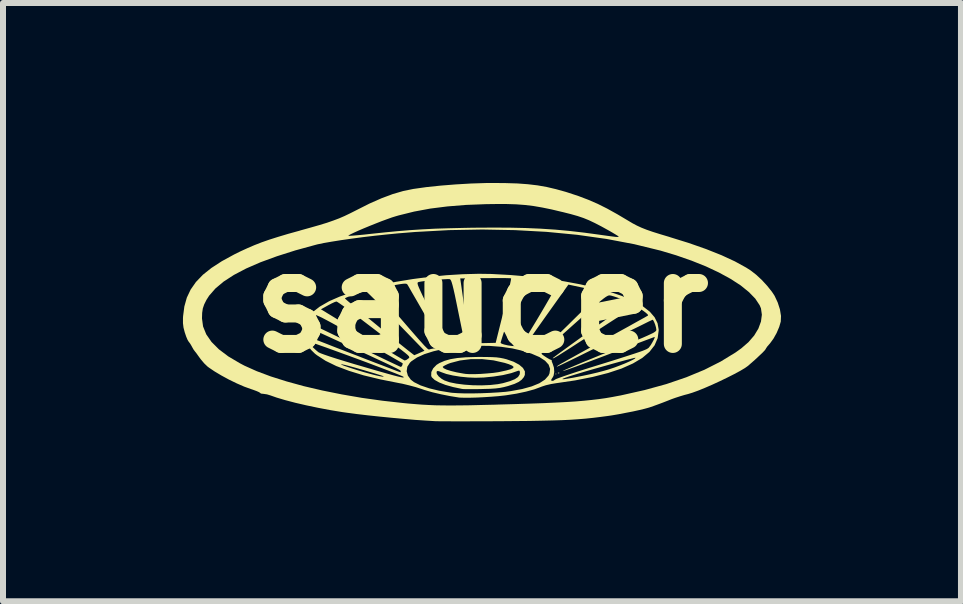
<source format=kicad_pcb>
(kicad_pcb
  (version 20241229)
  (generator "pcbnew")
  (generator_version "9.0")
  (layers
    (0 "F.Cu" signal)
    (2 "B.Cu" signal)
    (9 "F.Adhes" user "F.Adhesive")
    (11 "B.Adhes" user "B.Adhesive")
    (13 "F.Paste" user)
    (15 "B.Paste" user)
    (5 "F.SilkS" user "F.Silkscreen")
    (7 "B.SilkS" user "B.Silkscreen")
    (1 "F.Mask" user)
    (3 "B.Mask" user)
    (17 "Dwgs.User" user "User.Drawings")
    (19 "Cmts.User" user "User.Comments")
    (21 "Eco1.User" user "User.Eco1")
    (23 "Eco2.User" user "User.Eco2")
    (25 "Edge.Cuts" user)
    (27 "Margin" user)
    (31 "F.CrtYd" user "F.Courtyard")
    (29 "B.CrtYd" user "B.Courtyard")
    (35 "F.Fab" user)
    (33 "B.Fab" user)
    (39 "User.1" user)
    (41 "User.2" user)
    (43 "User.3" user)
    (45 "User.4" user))
  (footprint "saucer"
    (layer "F.Cu")
    (at 4.973 1.994)
    (property "Reference" "saucer" (at 0 0 0) (layer "F.SilkS") (effects (font (size 1.524 1.524) (thickness 0.3))))
    (attr board_only exclude_from_pos_files exclude_from_bom)
    (fp_poly (pts (xy 1.253 1.19) (xy 1.244 1.199) (xy 1.235 1.19) (xy 1.244 1.181)) (stroke (width 0) (type solid)) (fill yes) (layer "F.SilkS"))
    (fp_poly (pts (xy 1.301 1.169) (xy 1.298 1.18) (xy 1.289 1.181) (xy 1.274 1.175) (xy 1.277 1.169) (xy 1.298 1.167)) (stroke (width 0) (type solid)) (fill yes) (layer "F.SilkS"))
    (fp_poly (pts (xy 0.085 0.907) (xy 0.179 0.909) (xy 0.252 0.913) (xy 0.313 0.921) (xy 0.37 0.932) (xy 0.421 0.945) (xy 0.539 0.986) (xy 0.631 1.035) (xy 0.694 1.089) (xy 0.727 1.147) (xy 0.726 1.206) (xy 0.709 1.243) (xy 0.673 1.286) (xy 0.624 1.322) (xy 0.554 1.355) (xy 0.457 1.387) (xy 0.441 1.392) (xy 0.375 1.409) (xy 0.311 1.422) (xy 0.239 1.431) (xy 0.151 1.437) (xy 0.038 1.44) (xy 0.009 1.441) (xy -0.092 1.443) (xy -0.183 1.443) (xy -0.258 1.443) (xy -0.307 1.441) (xy -0.322 1.439) (xy -0.47 1.408) (xy -0.598 1.372) (xy -0.701 1.332) (xy -0.778 1.289) (xy -0.824 1.246) (xy -0.835 1.223) (xy -0.833 1.16) (xy -0.832 1.156) (xy -0.746 1.156) (xy -0.741 1.19) (xy -0.711 1.23) (xy -0.661 1.271) (xy -0.614 1.298) (xy -0.529 1.328) (xy -0.416 1.351) (xy -0.283 1.368) (xy -0.14 1.378) (xy 0.006 1.38) (xy 0.148 1.374) (xy 0.276 1.36) (xy 0.363 1.343) (xy 0.477 1.31) (xy 0.559 1.277) (xy 0.612 1.241) (xy 0.639 1.2) (xy 0.644 1.168) (xy 0.639 1.137) (xy 0.62 1.135) (xy 0.613 1.137) (xy 0.499 1.176) (xy 0.359 1.209) (xy 0.203 1.233) (xy 0.041 1.249) (xy -0.097 1.253) (xy -0.222 1.248) (xy -0.351 1.235) (xy -0.474 1.215) (xy -0.582 1.19) (xy -0.658 1.163) (xy -0.706 1.144) (xy -0.731 1.14) (xy -0.744 1.151) (xy -0.746 1.156) (xy -0.832 1.156) (xy -0.802 1.096) (xy -0.78 1.073) (xy -0.644 1.073) (xy -0.627 1.094) (xy -0.58 1.117) (xy -0.506 1.14) (xy -0.411 1.163) (xy -0.3 1.183) (xy -0.26 1.189) (xy -0.197 1.193) (xy -0.11 1.193) (xy -0.008 1.189) (xy 0.099 1.181) (xy 0.2 1.172) (xy 0.285 1.16) (xy 0.304 1.156) (xy 0.414 1.132) (xy 0.49 1.111) (xy 0.531 1.091) (xy 0.538 1.071) (xy 0.513 1.05) (xy 0.456 1.026) (xy 0.389 1.005) (xy 0.204 0.963) (xy 0.012 0.942) (xy -0.177 0.943) (xy -0.355 0.965) (xy -0.515 1.007) (xy -0.559 1.024) (xy -0.607 1.047) (xy -0.638 1.066) (xy -0.644 1.073) (xy -0.78 1.073) (xy -0.746 1.038) (xy -0.698 1.008) (xy -0.612 0.971) (xy -0.514 0.943) (xy -0.399 0.924) (xy -0.261 0.912) (xy -0.095 0.907) (xy -0.036 0.906)) (stroke (width 0) (type solid)) (fill yes) (layer "F.SilkS"))
    (fp_poly (pts (xy 0.405 -1.992) (xy 0.602 -1.986) (xy 0.777 -1.973) (xy 0.938 -1.954) (xy 1.091 -1.927) (xy 1.244 -1.891) (xy 1.403 -1.847) (xy 1.441 -1.835) (xy 1.62 -1.776) (xy 1.783 -1.714) (xy 1.94 -1.646) (xy 2.098 -1.567) (xy 2.267 -1.473) (xy 2.449 -1.365) (xy 2.523 -1.321) (xy 2.595 -1.283) (xy 2.671 -1.248) (xy 2.757 -1.214) (xy 2.861 -1.178) (xy 2.986 -1.139) (xy 3.14 -1.093) (xy 3.141 -1.092) (xy 3.46 -0.993) (xy 3.748 -0.892) (xy 4.004 -0.79) (xy 4.227 -0.687) (xy 4.416 -0.583) (xy 4.491 -0.535) (xy 4.58 -0.466) (xy 4.676 -0.377) (xy 4.767 -0.278) (xy 4.845 -0.18) (xy 4.889 -0.113) (xy 4.941 -0.002) (xy 4.978 0.113) (xy 4.996 0.223) (xy 4.992 0.317) (xy 4.966 0.406) (xy 4.923 0.507) (xy 4.869 0.603) (xy 4.812 0.681) (xy 4.803 0.691) (xy 4.768 0.731) (xy 4.747 0.762) (xy 4.743 0.77) (xy 4.73 0.79) (xy 4.693 0.83) (xy 4.635 0.885) (xy 4.561 0.954) (xy 4.473 1.031) (xy 4.447 1.054) (xy 4.395 1.091) (xy 4.316 1.138) (xy 4.216 1.192) (xy 4.101 1.25) (xy 3.977 1.31) (xy 3.851 1.368) (xy 3.729 1.421) (xy 3.616 1.467) (xy 3.519 1.502) (xy 3.448 1.524) (xy 3.386 1.54) (xy 3.31 1.563) (xy 3.233 1.588) (xy 3.166 1.612) (xy 3.124 1.629) (xy 3.083 1.645) (xy 3.021 1.669) (xy 2.946 1.697) (xy 2.872 1.724) (xy 2.808 1.746) (xy 2.792 1.751) (xy 2.727 1.769) (xy 2.636 1.791) (xy 2.527 1.815) (xy 2.408 1.838) (xy 2.289 1.861) (xy 2.178 1.88) (xy 2.117 1.889) (xy 1.989 1.906) (xy 1.866 1.921) (xy 1.744 1.934) (xy 1.619 1.944) (xy 1.487 1.953) (xy 1.343 1.96) (xy 1.184 1.965) (xy 1.006 1.969) (xy 0.803 1.973) (xy 0.573 1.975) (xy 0.34 1.977) (xy 0.15 1.978) (xy -0.032 1.978) (xy -0.203 1.979) (xy -0.36 1.979) (xy -0.497 1.979) (xy -0.613 1.978) (xy -0.702 1.978) (xy -0.761 1.977) (xy -0.779 1.976) (xy -0.929 1.967) (xy -1.104 1.955) (xy -1.296 1.938) (xy -1.497 1.92) (xy -1.699 1.9) (xy -1.895 1.879) (xy -2.075 1.858) (xy -2.233 1.837) (xy -2.319 1.825) (xy -2.519 1.792) (xy -2.72 1.754) (xy -2.916 1.713) (xy -3.101 1.67) (xy -3.269 1.626) (xy -3.413 1.583) (xy -3.513 1.548) (xy -3.572 1.53) (xy -3.627 1.522) (xy -3.634 1.521) (xy -3.672 1.517) (xy -3.687 1.506) (xy -3.687 1.506) (xy -3.703 1.494) (xy -3.746 1.475) (xy -3.808 1.452) (xy -3.844 1.44) (xy -3.952 1.401) (xy -4.076 1.347) (xy -4.206 1.284) (xy -4.333 1.215) (xy -4.447 1.147) (xy -4.54 1.084) (xy -4.565 1.065) (xy -4.619 1.013) (xy -4.679 0.942) (xy -4.726 0.877) (xy -4.753 0.839) (xy -4.772 0.816) (xy -4.794 0.787) (xy -4.82 0.742) (xy -4.824 0.734) (xy -4.851 0.687) (xy -4.877 0.652) (xy -4.88 0.649) (xy -4.897 0.62) (xy -4.919 0.568) (xy -4.941 0.503) (xy -4.943 0.498) (xy -4.964 0.417) (xy -4.973 0.344) (xy -4.973 0.264) (xy -4.656 0.264) (xy -4.638 0.398) (xy -4.585 0.529) (xy -4.497 0.656) (xy -4.374 0.779) (xy -4.216 0.898) (xy -4.023 1.012) (xy -3.947 1.052) (xy -3.744 1.143) (xy -3.509 1.231) (xy -3.246 1.314) (xy -2.959 1.393) (xy -2.651 1.465) (xy -2.328 1.53) (xy -1.991 1.588) (xy -1.647 1.636) (xy -1.297 1.675) (xy -1.226 1.682) (xy -1.105 1.692) (xy -0.991 1.701) (xy -0.88 1.707) (xy -0.766 1.712) (xy -0.645 1.714) (xy -0.512 1.715) (xy -0.363 1.714) (xy -0.194 1.712) (xy 0.002 1.707) (xy 0.227 1.702) (xy 0.277 1.7) (xy 0.563 1.692) (xy 0.816 1.684) (xy 1.041 1.676) (xy 1.239 1.667) (xy 1.415 1.658) (xy 1.571 1.648) (xy 1.712 1.636) (xy 1.84 1.623) (xy 1.959 1.609) (xy 2.072 1.593) (xy 2.183 1.574) (xy 2.294 1.553) (xy 2.327 1.547) (xy 2.723 1.458) (xy 3.086 1.358) (xy 3.417 1.245) (xy 3.719 1.12) (xy 3.992 0.982) (xy 4.239 0.831) (xy 4.335 0.762) (xy 4.453 0.66) (xy 4.549 0.549) (xy 4.619 0.433) (xy 4.662 0.316) (xy 4.677 0.202) (xy 4.662 0.096) (xy 4.64 0.044) (xy 4.567 -0.066) (xy 4.46 -0.176) (xy 4.323 -0.287) (xy 4.156 -0.395) (xy 3.962 -0.501) (xy 3.745 -0.603) (xy 3.505 -0.699) (xy 3.246 -0.789) (xy 2.989 -0.866) (xy 2.552 -0.973) (xy 2.087 -1.061) (xy 1.598 -1.13) (xy 1.088 -1.179) (xy 0.56 -1.208) (xy 0.016 -1.218) (xy -0.539 -1.208) (xy -1.103 -1.177) (xy -1.387 -1.154) (xy -1.581 -1.135) (xy -1.778 -1.114) (xy -1.972 -1.091) (xy -2.16 -1.066) (xy -2.335 -1.041) (xy -2.492 -1.016) (xy -2.625 -0.993) (xy -2.73 -0.971) (xy -2.757 -0.964) (xy -3.1 -0.87) (xy -3.408 -0.772) (xy -3.681 -0.672) (xy -3.92 -0.568) (xy -4.124 -0.461) (xy -4.295 -0.35) (xy -4.432 -0.235) (xy -4.536 -0.116) (xy -4.581 -0.046) (xy -4.619 0.03) (xy -4.642 0.097) (xy -4.653 0.171) (xy -4.656 0.264) (xy -4.973 0.264) (xy -4.973 0.26) (xy -4.971 0.226) (xy -4.95 0.065) (xy -4.909 -0.082) (xy -4.845 -0.217) (xy -4.757 -0.343) (xy -4.642 -0.463) (xy -4.499 -0.577) (xy -4.325 -0.69) (xy -4.118 -0.803) (xy -4.019 -0.852) (xy -3.899 -0.907) (xy -3.783 -0.957) (xy -3.663 -1.004) (xy -3.534 -1.049) (xy -3.389 -1.095) (xy -3.329 -1.113) (xy -2.215 -1.113) (xy -2.188 -1.113) (xy -2.132 -1.117) (xy -2.052 -1.124) (xy -1.956 -1.133) (xy -1.848 -1.145) (xy -1.61 -1.17) (xy -1.392 -1.191) (xy -1.184 -1.208) (xy -0.979 -1.221) (xy -0.768 -1.232) (xy -0.543 -1.239) (xy -0.295 -1.245) (xy -0.142 -1.248) (xy 0.179 -1.25) (xy 0.47 -1.249) (xy 0.739 -1.243) (xy 0.991 -1.232) (xy 1.234 -1.216) (xy 1.473 -1.194) (xy 1.715 -1.166) (xy 1.967 -1.132) (xy 1.987 -1.129) (xy 2.101 -1.113) (xy 2.185 -1.102) (xy 2.241 -1.095) (xy 2.275 -1.094) (xy 2.289 -1.097) (xy 2.291 -1.1) (xy 2.277 -1.111) (xy 2.237 -1.136) (xy 2.18 -1.17) (xy 2.135 -1.196) (xy 2.003 -1.269) (xy 1.893 -1.326) (xy 1.796 -1.372) (xy 1.703 -1.41) (xy 1.605 -1.443) (xy 1.492 -1.475) (xy 1.357 -1.509) (xy 1.347 -1.511) (xy 1.171 -1.553) (xy 1.015 -1.585) (xy 0.87 -1.61) (xy 0.729 -1.627) (xy 0.582 -1.638) (xy 0.423 -1.643) (xy 0.242 -1.643) (xy 0.081 -1.641) (xy -0.257 -1.628) (xy -0.565 -1.603) (xy -0.851 -1.567) (xy -1.12 -1.517) (xy -1.378 -1.453) (xy -1.423 -1.44) (xy -1.488 -1.42) (xy -1.569 -1.391) (xy -1.662 -1.357) (xy -1.761 -1.318) (xy -1.861 -1.278) (xy -1.958 -1.238) (xy -2.047 -1.2) (xy -2.122 -1.166) (xy -2.178 -1.139) (xy -2.211 -1.121) (xy -2.215 -1.113) (xy -3.329 -1.113) (xy -3.222 -1.145) (xy -3.027 -1.199) (xy -3.019 -1.202) (xy -2.843 -1.251) (xy -2.696 -1.293) (xy -2.572 -1.331) (xy -2.466 -1.368) (xy -2.37 -1.404) (xy -2.28 -1.443) (xy -2.19 -1.486) (xy -2.093 -1.535) (xy -2.085 -1.539) (xy -1.863 -1.651) (xy -1.661 -1.74) (xy -1.476 -1.809) (xy -1.301 -1.86) (xy -1.13 -1.895) (xy -1.128 -1.895) (xy -0.915 -1.925) (xy -0.677 -1.95) (xy -0.425 -1.97) (xy -0.17 -1.985) (xy 0.078 -1.993) (xy 0.179 -1.994)) (stroke (width 0) (type solid)) (fill yes) (layer "F.SilkS"))
    (fp_poly (pts (xy 0.17 -0.477) (xy 0.481 -0.46) (xy 0.788 -0.434) (xy 1.089 -0.399) (xy 1.378 -0.355) (xy 1.652 -0.304) (xy 1.906 -0.245) (xy 2.138 -0.181) (xy 2.343 -0.111) (xy 2.517 -0.037) (xy 2.546 -0.023) (xy 2.695 0.063) (xy 2.809 0.152) (xy 2.889 0.245) (xy 2.938 0.344) (xy 2.957 0.451) (xy 2.957 0.465) (xy 2.94 0.593) (xy 2.889 0.712) (xy 2.803 0.822) (xy 2.683 0.923) (xy 2.528 1.015) (xy 2.339 1.099) (xy 2.116 1.173) (xy 1.858 1.239) (xy 1.565 1.297) (xy 1.246 1.344) (xy 1.161 1.358) (xy 1.076 1.378) (xy 1.008 1.4) (xy 0.996 1.405) (xy 0.885 1.446) (xy 0.746 1.484) (xy 0.586 1.518) (xy 0.415 1.545) (xy 0.383 1.549) (xy 0.282 1.56) (xy 0.166 1.569) (xy 0.043 1.577) (xy -0.079 1.583) (xy -0.191 1.586) (xy -0.287 1.586) (xy -0.358 1.584) (xy -0.376 1.582) (xy -0.519 1.559) (xy -0.67 1.529) (xy -0.815 1.495) (xy -0.944 1.458) (xy -0.999 1.439) (xy -1.093 1.409) (xy -1.205 1.379) (xy -1.318 1.352) (xy -1.377 1.341) (xy -1.684 1.28) (xy -1.961 1.213) (xy -2.205 1.138) (xy -2.417 1.058) (xy -2.478 1.028) (xy -2.339 1.028) (xy -2.333 1.034) (xy -2.296 1.05) (xy -2.227 1.074) (xy -2.18 1.09) (xy -2.068 1.126) (xy -1.959 1.159) (xy -1.858 1.187) (xy -1.77 1.21) (xy -1.699 1.226) (xy -1.651 1.234) (xy -1.629 1.233) (xy -1.63 1.228) (xy -1.649 1.221) (xy -1.697 1.205) (xy -1.768 1.183) (xy -1.859 1.156) (xy -1.962 1.125) (xy -1.984 1.119) (xy -2.101 1.085) (xy -2.197 1.059) (xy -2.27 1.04) (xy -2.318 1.03) (xy -2.339 1.028) (xy -2.478 1.028) (xy -2.595 0.971) (xy -2.739 0.878) (xy -2.774 0.851) (xy -2.833 0.793) (xy -2.891 0.723) (xy -2.918 0.685) (xy -2.937 0.652) (xy -2.877 0.652) (xy -2.873 0.67) (xy -2.847 0.704) (xy -2.807 0.746) (xy -2.76 0.79) (xy -2.713 0.829) (xy -2.712 0.829) (xy -2.681 0.844) (xy -2.619 0.867) (xy -2.529 0.898) (xy -2.414 0.935) (xy -2.277 0.977) (xy -2.122 1.024) (xy -2.005 1.058) (xy -1.824 1.111) (xy -1.675 1.154) (xy -1.555 1.188) (xy -1.461 1.214) (xy -1.391 1.232) (xy -1.342 1.243) (xy -1.311 1.249) (xy -1.296 1.248) (xy -1.293 1.243) (xy -1.299 1.236) (xy -1.32 1.225) (xy -1.37 1.204) (xy -1.445 1.174) (xy -1.541 1.137) (xy -1.654 1.094) (xy -1.78 1.046) (xy -1.915 0.995) (xy -2.055 0.943) (xy -2.196 0.891) (xy -2.334 0.841) (xy -2.465 0.793) (xy -2.584 0.75) (xy -2.689 0.713) (xy -2.774 0.683) (xy -2.836 0.663) (xy -2.871 0.653) (xy -2.877 0.652) (xy -2.937 0.652) (xy -2.95 0.629) (xy -2.966 0.583) (xy -2.971 0.532) (xy -2.97 0.516) (xy -2.932 0.516) (xy -2.93 0.546) (xy -2.929 0.55) (xy -2.911 0.557) (xy -2.864 0.576) (xy -2.792 0.605) (xy -2.698 0.642) (xy -2.587 0.685) (xy -2.463 0.734) (xy -2.329 0.786) (xy -2.189 0.84) (xy -2.048 0.894) (xy -1.91 0.948) (xy -1.778 0.999) (xy -1.656 1.045) (xy -1.55 1.086) (xy -1.461 1.12) (xy -1.396 1.145) (xy -1.356 1.159) (xy -1.347 1.162) (xy -1.343 1.15) (xy -1.342 1.144) (xy -1.343 1.143) (xy -1.244 1.143) (xy -1.224 1.217) (xy -1.175 1.285) (xy -1.122 1.326) (xy -1.011 1.381) (xy -0.869 1.429) (xy -0.703 1.469) (xy -0.517 1.5) (xy -0.483 1.504) (xy -0.394 1.51) (xy -0.277 1.514) (xy -0.142 1.514) (xy 0.002 1.511) (xy 0.148 1.505) (xy 0.286 1.497) (xy 0.409 1.487) (xy 0.491 1.476) (xy 0.681 1.441) (xy 0.84 1.397) (xy 0.967 1.345) (xy 1.061 1.284) (xy 1.121 1.216) (xy 1.137 1.18) (xy 1.147 1.105) (xy 1.122 1.034) (xy 1.063 0.969) (xy 0.969 0.908) (xy 0.839 0.852) (xy 0.836 0.851) (xy 1.002 0.851) (xy 1.016 0.866) (xy 1.05 0.891) (xy 1.093 0.919) (xy 1.134 0.943) (xy 1.164 0.956) (xy 1.17 0.957) (xy 1.174 0.958) (xy 1.173 0.96) (xy 1.175 0.982) (xy 1.19 1.02) (xy 1.191 1.022) (xy 1.211 1.085) (xy 1.216 1.155) (xy 1.205 1.218) (xy 1.191 1.245) (xy 1.17 1.277) (xy 1.164 1.293) (xy 1.176 1.306) (xy 1.204 1.301) (xy 1.234 1.281) (xy 1.242 1.277) (xy 1.352 1.277) (xy 1.379 1.277) (xy 1.439 1.268) (xy 1.533 1.252) (xy 1.659 1.227) (xy 1.709 1.217) (xy 1.82 1.193) (xy 1.938 1.165) (xy 2.048 1.136) (xy 2.138 1.11) (xy 2.139 1.109) (xy 2.223 1.081) (xy 2.308 1.049) (xy 2.391 1.016) (xy 2.464 0.984) (xy 2.522 0.956) (xy 2.56 0.934) (xy 2.571 0.921) (xy 2.569 0.92) (xy 2.548 0.923) (xy 2.497 0.936) (xy 2.419 0.956) (xy 2.318 0.983) (xy 2.199 1.016) (xy 2.064 1.054) (xy 1.919 1.095) (xy 1.897 1.101) (xy 1.721 1.152) (xy 1.579 1.195) (xy 1.471 1.228) (xy 1.398 1.253) (xy 1.358 1.269) (xy 1.352 1.277) (xy 1.242 1.277) (xy 1.257 1.27) (xy 1.311 1.25) (xy 1.39 1.222) (xy 1.49 1.188) (xy 1.608 1.149) (xy 1.738 1.108) (xy 1.817 1.083) (xy 2.021 1.02) (xy 2.194 0.966) (xy 2.339 0.92) (xy 2.457 0.882) (xy 2.552 0.851) (xy 2.627 0.826) (xy 2.684 0.806) (xy 2.726 0.789) (xy 2.756 0.776) (xy 2.776 0.764) (xy 2.79 0.754) (xy 2.797 0.745) (xy 2.824 0.709) (xy 2.851 0.664) (xy 2.875 0.62) (xy 2.89 0.586) (xy 2.89 0.573) (xy 2.89 0.573) (xy 2.872 0.579) (xy 2.823 0.597) (xy 2.748 0.625) (xy 2.65 0.662) (xy 2.532 0.706) (xy 2.398 0.757) (xy 2.25 0.813) (xy 2.128 0.86) (xy 1.972 0.919) (xy 1.826 0.974) (xy 1.694 1.023) (xy 1.579 1.066) (xy 1.485 1.1) (xy 1.414 1.125) (xy 1.37 1.139) (xy 1.357 1.142) (xy 1.37 1.134) (xy 1.412 1.114) (xy 1.482 1.084) (xy 1.575 1.044) (xy 1.689 0.996) (xy 1.821 0.942) (xy 1.967 0.882) (xy 2.124 0.818) (xy 2.129 0.816) (xy 2.311 0.742) (xy 2.464 0.68) (xy 2.588 0.628) (xy 2.688 0.587) (xy 2.765 0.553) (xy 2.823 0.526) (xy 2.865 0.506) (xy 2.892 0.489) (xy 2.908 0.476) (xy 2.916 0.465) (xy 2.918 0.454) (xy 2.918 0.453) (xy 2.912 0.414) (xy 2.898 0.366) (xy 2.88 0.321) (xy 2.863 0.291) (xy 2.855 0.286) (xy 2.838 0.294) (xy 2.791 0.316) (xy 2.719 0.352) (xy 2.624 0.399) (xy 2.509 0.455) (xy 2.378 0.52) (xy 2.234 0.592) (xy 2.079 0.67) (xy 2.056 0.681) (xy 1.9 0.759) (xy 1.754 0.831) (xy 1.621 0.897) (xy 1.505 0.954) (xy 1.407 1.001) (xy 1.332 1.037) (xy 1.281 1.06) (xy 1.26 1.068) (xy 1.259 1.068) (xy 1.259 1.065) (xy 1.264 1.06) (xy 1.276 1.051) (xy 1.298 1.037) (xy 1.332 1.017) (xy 1.381 0.99) (xy 1.446 0.953) (xy 1.53 0.907) (xy 1.634 0.849) (xy 1.763 0.778) (xy 1.917 0.693) (xy 2.099 0.593) (xy 2.202 0.537) (xy 2.332 0.465) (xy 2.452 0.399) (xy 2.559 0.339) (xy 2.649 0.289) (xy 2.718 0.251) (xy 2.763 0.225) (xy 2.78 0.215) (xy 2.775 0.199) (xy 2.746 0.172) (xy 2.704 0.14) (xy 2.655 0.107) (xy 2.607 0.081) (xy 2.571 0.065) (xy 2.555 0.064) (xy 2.536 0.076) (xy 2.49 0.106) (xy 2.42 0.151) (xy 2.33 0.209) (xy 2.223 0.278) (xy 2.102 0.356) (xy 1.971 0.441) (xy 1.906 0.483) (xy 1.742 0.59) (xy 1.604 0.678) (xy 1.492 0.751) (xy 1.402 0.808) (xy 1.332 0.852) (xy 1.28 0.885) (xy 1.242 0.907) (xy 1.217 0.921) (xy 1.201 0.928) (xy 1.193 0.929) (xy 1.19 0.928) (xy 1.203 0.916) (xy 1.242 0.887) (xy 1.305 0.84) (xy 1.388 0.78) (xy 1.488 0.707) (xy 1.603 0.624) (xy 1.729 0.533) (xy 1.818 0.469) (xy 1.951 0.374) (xy 2.075 0.285) (xy 2.186 0.204) (xy 2.281 0.134) (xy 2.359 0.077) (xy 2.415 0.034) (xy 2.446 0.008) (xy 2.452 0.002) (xy 2.437 -0.011) (xy 2.396 -0.032) (xy 2.339 -0.056) (xy 2.275 -0.081) (xy 2.213 -0.102) (xy 2.161 -0.117) (xy 2.153 -0.118) (xy 2.138 -0.12) (xy 2.122 -0.118) (xy 2.102 -0.11) (xy 2.075 -0.094) (xy 2.039 -0.068) (xy 1.991 -0.029) (xy 1.928 0.023) (xy 1.848 0.092) (xy 1.749 0.18) (xy 1.627 0.288) (xy 1.549 0.357) (xy 1.431 0.463) (xy 1.322 0.56) (xy 1.224 0.648) (xy 1.141 0.723) (xy 1.075 0.783) (xy 1.028 0.826) (xy 1.005 0.848) (xy 1.002 0.851) (xy 0.836 0.851) (xy 0.69 0.804) (xy 0.517 0.764) (xy 0.406 0.748) (xy 0.716 0.748) (xy 0.732 0.76) (xy 0.771 0.778) (xy 0.824 0.799) (xy 0.88 0.817) (xy 0.929 0.83) (xy 0.96 0.835) (xy 0.96 0.835) (xy 0.977 0.822) (xy 1.017 0.787) (xy 1.076 0.732) (xy 1.152 0.659) (xy 1.242 0.573) (xy 1.343 0.474) (xy 1.453 0.367) (xy 1.487 0.333) (xy 1.994 -0.167) (xy 1.926 -0.191) (xy 1.88 -0.204) (xy 1.81 -0.222) (xy 1.726 -0.242) (xy 1.655 -0.257) (xy 1.452 -0.3) (xy 1.084 0.216) (xy 0.999 0.336) (xy 0.92 0.447) (xy 0.851 0.546) (xy 0.794 0.629) (xy 0.751 0.692) (xy 0.724 0.733) (xy 0.716 0.748) (xy 0.406 0.748) (xy 0.332 0.737) (xy 0.137 0.722) (xy -0.061 0.719) (xy -0.258 0.727) (xy -0.45 0.745) (xy -0.632 0.773) (xy -0.799 0.812) (xy -0.947 0.859) (xy -1.071 0.915) (xy -1.166 0.979) (xy -1.19 1.002) (xy -1.233 1.069) (xy -1.244 1.143) (xy -1.343 1.143) (xy -1.344 1.139) (xy -1.35 1.132) (xy -1.363 1.123) (xy -1.386 1.11) (xy -1.42 1.092) (xy -1.469 1.068) (xy -1.535 1.036) (xy -1.62 0.996) (xy -1.726 0.947) (xy -1.856 0.886) (xy -2.013 0.814) (xy -2.199 0.728) (xy -2.303 0.68) (xy -2.915 0.399) (xy -2.927 0.469) (xy -2.932 0.516) (xy -2.97 0.516) (xy -2.968 0.476) (xy -2.946 0.362) (xy -2.932 0.334) (xy -2.882 0.334) (xy -2.117 0.703) (xy -1.963 0.778) (xy -1.818 0.847) (xy -1.687 0.91) (xy -1.573 0.965) (xy -1.477 1.01) (xy -1.405 1.044) (xy -1.358 1.066) (xy -1.34 1.073) (xy -1.325 1.06) (xy -1.317 1.045) (xy -1.31 1.018) (xy -1.311 1.012) (xy -1.327 1.002) (xy -1.371 0.977) (xy -1.44 0.937) (xy -1.53 0.885) (xy -1.64 0.823) (xy -1.765 0.751) (xy -1.902 0.672) (xy -2.03 0.6) (xy -2.208 0.498) (xy -2.358 0.413) (xy -2.481 0.345) (xy -2.58 0.292) (xy -2.656 0.252) (xy -2.711 0.226) (xy -2.747 0.211) (xy -2.767 0.207) (xy -2.771 0.209) (xy -2.8 0.234) (xy -2.835 0.273) (xy -2.84 0.28) (xy -2.882 0.334) (xy -2.932 0.334) (xy -2.894 0.257) (xy -2.81 0.159) (xy -2.751 0.112) (xy -2.673 0.112) (xy -2.603 0.154) (xy -2.573 0.173) (xy -2.515 0.208) (xy -2.435 0.257) (xy -2.336 0.319) (xy -2.221 0.39) (xy -2.094 0.469) (xy -1.958 0.553) (xy -1.915 0.58) (xy -1.781 0.663) (xy -1.655 0.74) (xy -1.542 0.809) (xy -1.445 0.868) (xy -1.367 0.914) (xy -1.311 0.947) (xy -1.281 0.963) (xy -1.277 0.965) (xy -1.249 0.956) (xy -1.219 0.935) (xy -1.205 0.923) (xy -1.2 0.911) (xy -1.207 0.895) (xy -1.229 0.872) (xy -1.269 0.838) (xy -1.331 0.79) (xy -1.417 0.725) (xy -1.501 0.661) (xy -1.606 0.581) (xy -1.723 0.492) (xy -1.846 0.398) (xy -1.967 0.306) (xy -2.021 0.264) (xy -2.122 0.188) (xy -2.214 0.12) (xy -2.293 0.062) (xy -2.356 0.018) (xy -2.398 -0.01) (xy -2.415 -0.018) (xy -2.442 -0.01) (xy -2.49 0.012) (xy -2.549 0.043) (xy -2.556 0.047) (xy -2.673 0.112) (xy -2.751 0.112) (xy -2.694 0.068) (xy -2.543 -0.019) (xy -2.525 -0.028) (xy -2.429 -0.07) (xy -2.273 -0.07) (xy -2.26 -0.056) (xy -2.222 -0.023) (xy -2.164 0.026) (xy -2.088 0.09) (xy -1.998 0.164) (xy -1.899 0.247) (xy -1.792 0.334) (xy -1.683 0.424) (xy -1.574 0.513) (xy -1.468 0.599) (xy -1.37 0.678) (xy -1.284 0.747) (xy -1.211 0.805) (xy -1.157 0.847) (xy -1.124 0.872) (xy -1.117 0.877) (xy -1.1 0.87) (xy -1.062 0.854) (xy -1.031 0.84) (xy -0.947 0.803) (xy -1.358 0.379) (xy -1.461 0.273) (xy -1.559 0.173) (xy -1.649 0.081) (xy -1.727 0.001) (xy -1.789 -0.062) (xy -1.833 -0.105) (xy -1.847 -0.119) (xy -1.924 -0.193) (xy -2.099 -0.138) (xy -2.171 -0.114) (xy -2.229 -0.093) (xy -2.265 -0.077) (xy -2.273 -0.07) (xy -2.429 -0.07) (xy -2.355 -0.102) (xy -2.155 -0.171) (xy -1.952 -0.229) (xy -1.771 -0.229) (xy -1.437 0.158) (xy -1.309 0.306) (xy -1.203 0.429) (xy -1.117 0.528) (xy -1.047 0.608) (xy -0.992 0.669) (xy -0.951 0.715) (xy -0.92 0.746) (xy -0.899 0.767) (xy -0.884 0.778) (xy -0.874 0.782) (xy -0.867 0.781) (xy -0.867 0.781) (xy -0.837 0.773) (xy -0.788 0.764) (xy -0.766 0.761) (xy -0.712 0.75) (xy -0.673 0.739) (xy -0.664 0.735) (xy -0.665 0.719) (xy -0.68 0.68) (xy -0.711 0.616) (xy -0.759 0.525) (xy -0.825 0.407) (xy -0.908 0.26) (xy -0.93 0.222) (xy -1 0.1) (xy -1.065 -0.013) (xy -1.123 -0.113) (xy -1.171 -0.196) (xy -1.206 -0.258) (xy -1.228 -0.295) (xy -1.233 -0.303) (xy -1.244 -0.312) (xy -1.261 -0.315) (xy -1.062 -0.315) (xy -1.056 -0.29) (xy -1.04 -0.25) (xy -1.015 -0.194) (xy -0.979 -0.117) (xy -0.93 -0.017) (xy -0.868 0.11) (xy -0.827 0.193) (xy -0.567 0.718) (xy -0.467 0.707) (xy -0.402 0.699) (xy -0.345 0.691) (xy -0.321 0.687) (xy -0.276 0.679) (xy -0.385 0.147) (xy -0.416 -0.005) (xy -0.441 -0.126) (xy -0.462 -0.219) (xy -0.479 -0.288) (xy -0.493 -0.336) (xy -0.504 -0.366) (xy -0.515 -0.383) (xy -0.525 -0.391) (xy -0.528 -0.391) (xy -0.559 -0.392) (xy -0.618 -0.389) (xy -0.694 -0.384) (xy -0.78 -0.376) (xy -0.867 -0.368) (xy -0.946 -0.359) (xy -1.008 -0.35) (xy -1.045 -0.343) (xy -1.056 -0.338) (xy -1.062 -0.33) (xy -1.062 -0.315) (xy -1.261 -0.315) (xy -1.265 -0.316) (xy -1.303 -0.314) (xy -1.362 -0.306) (xy -1.447 -0.291) (xy -1.51 -0.279) (xy -1.771 -0.229) (xy -1.952 -0.229) (xy -1.928 -0.236) (xy -1.681 -0.295) (xy -1.418 -0.347) (xy -1.144 -0.392) (xy -1.061 -0.403) (xy -0.351 -0.403) (xy -0.275 0.134) (xy -0.256 0.268) (xy -0.239 0.391) (xy -0.224 0.497) (xy -0.212 0.582) (xy -0.203 0.642) (xy -0.199 0.673) (xy -0.198 0.676) (xy -0.181 0.678) (xy -0.135 0.678) (xy -0.067 0.678) (xy 0.016 0.676) (xy 0.021 0.676) (xy 0.24 0.671) (xy 0.24 0.67) (xy 0.322 0.67) (xy 0.339 0.685) (xy 0.381 0.699) (xy 0.441 0.713) (xy 0.509 0.723) (xy 0.575 0.727) (xy 0.606 0.727) (xy 0.622 0.726) (xy 0.638 0.721) (xy 0.654 0.709) (xy 0.674 0.688) (xy 0.7 0.654) (xy 0.733 0.604) (xy 0.776 0.536) (xy 0.831 0.445) (xy 0.901 0.33) (xy 0.975 0.206) (xy 1.064 0.055) (xy 1.138 -0.073) (xy 1.196 -0.176) (xy 1.236 -0.254) (xy 1.26 -0.303) (xy 1.265 -0.324) (xy 1.264 -0.325) (xy 1.237 -0.333) (xy 1.183 -0.342) (xy 1.11 -0.352) (xy 1.025 -0.361) (xy 0.935 -0.37) (xy 0.849 -0.378) (xy 0.774 -0.383) (xy 0.716 -0.385) (xy 0.684 -0.384) (xy 0.68 -0.382) (xy 0.671 -0.362) (xy 0.652 -0.313) (xy 0.626 -0.24) (xy 0.594 -0.148) (xy 0.557 -0.043) (xy 0.518 0.07) (xy 0.478 0.187) (xy 0.44 0.302) (xy 0.404 0.41) (xy 0.372 0.506) (xy 0.347 0.584) (xy 0.33 0.64) (xy 0.322 0.669) (xy 0.322 0.67) (xy 0.24 0.67) (xy 0.373 0.138) (xy 0.405 0.006) (xy 0.435 -0.116) (xy 0.46 -0.221) (xy 0.479 -0.306) (xy 0.492 -0.367) (xy 0.497 -0.4) (xy 0.497 -0.404) (xy 0.478 -0.406) (xy 0.427 -0.408) (xy 0.351 -0.409) (xy 0.255 -0.409) (xy 0.143 -0.408) (xy 0.069 -0.408) (xy -0.351 -0.403) (xy -1.061 -0.403) (xy -0.865 -0.428) (xy -0.585 -0.456) (xy -0.309 -0.473) (xy -0.042 -0.48)) (stroke (width 0) (type solid)) (fill yes) (layer "F.SilkS")))
  (gr_rect
    (start -3 -3)
    (end 12.969 6.973)
    (stroke (width 0.1) (type default))
    (fill no)
    (layer "Edge.Cuts")))
</source>
